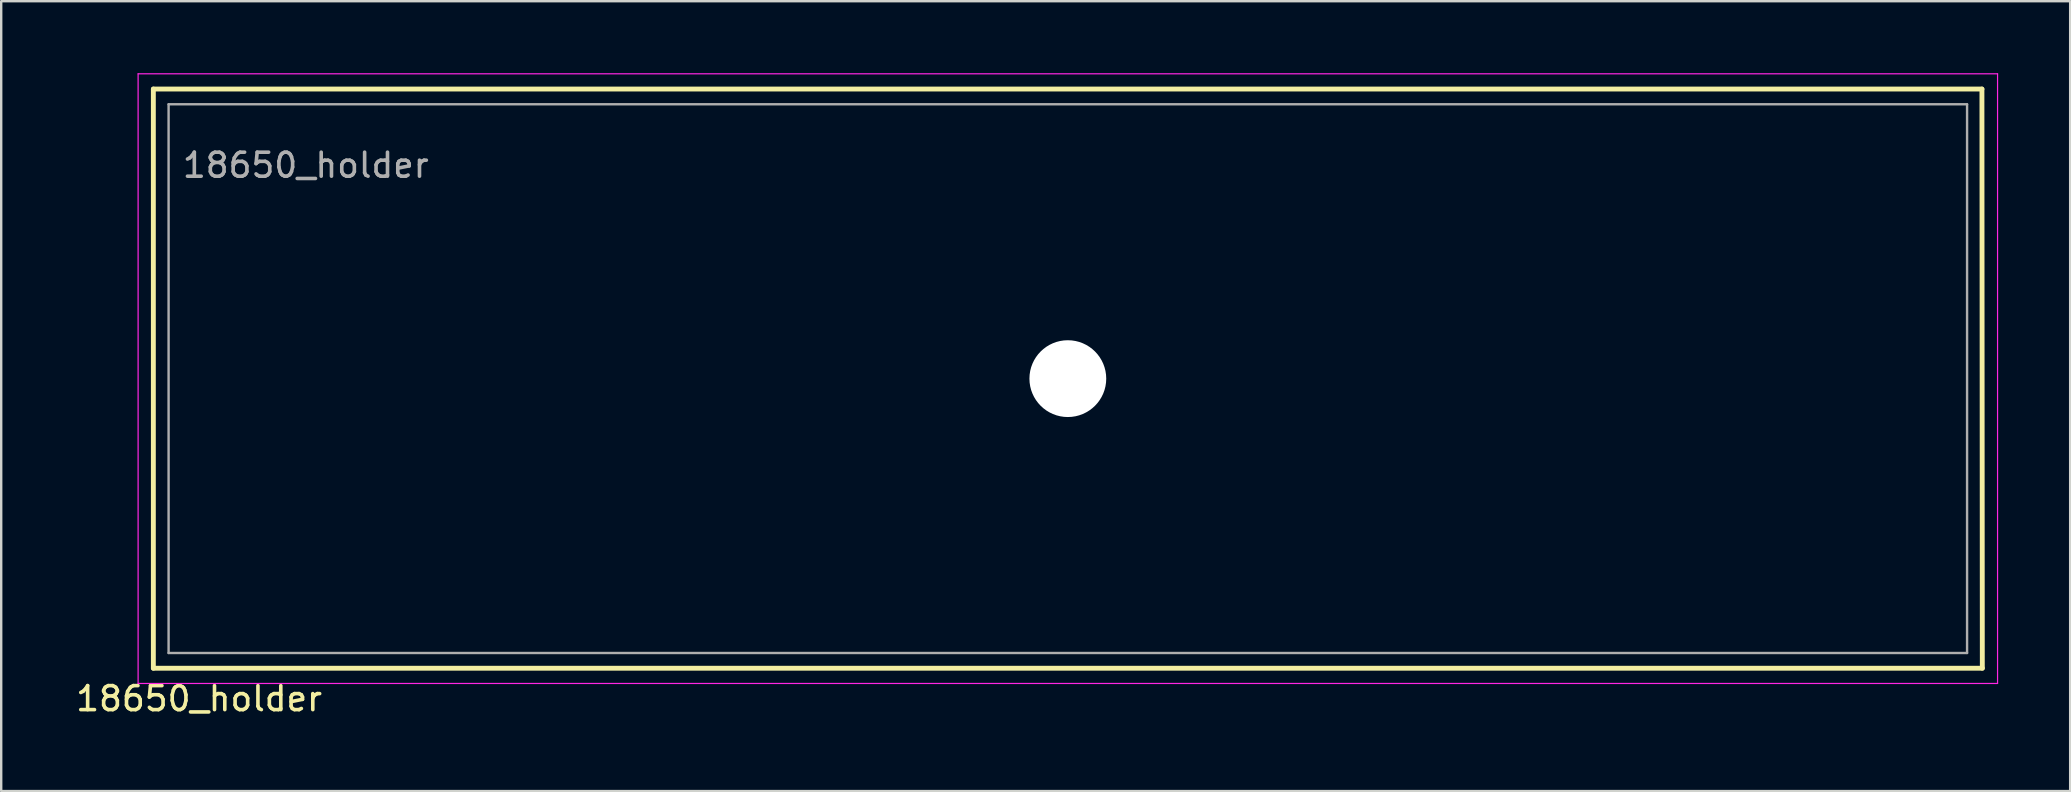
<source format=kicad_pcb>
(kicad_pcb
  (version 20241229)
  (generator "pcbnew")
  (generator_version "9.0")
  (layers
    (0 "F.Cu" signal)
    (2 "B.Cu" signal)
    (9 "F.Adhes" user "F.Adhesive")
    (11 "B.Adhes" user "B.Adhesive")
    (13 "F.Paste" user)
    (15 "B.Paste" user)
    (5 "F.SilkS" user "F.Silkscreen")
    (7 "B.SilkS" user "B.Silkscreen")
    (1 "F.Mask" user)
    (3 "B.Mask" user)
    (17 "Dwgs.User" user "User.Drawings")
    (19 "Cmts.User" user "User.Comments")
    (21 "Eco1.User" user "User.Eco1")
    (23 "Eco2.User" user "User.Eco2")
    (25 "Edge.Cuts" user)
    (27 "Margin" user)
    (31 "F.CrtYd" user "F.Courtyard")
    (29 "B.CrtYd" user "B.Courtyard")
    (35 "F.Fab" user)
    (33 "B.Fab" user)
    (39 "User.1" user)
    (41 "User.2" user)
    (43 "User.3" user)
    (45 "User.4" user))
  (footprint "18650_holder"
    (layer "F.Cu")
    (at 41.439 12.725)
    (property "Reference" "18650_holder" (at -36.195 13.335 0) (layer "F.SilkS") (effects (font (size 1 1) (thickness 0.15))))
    (attr through_hole)
    (fp_line (start -38.1 -12.065) (end 38.084 -12.065) (stroke (width 0.203) (type solid)) (layer "F.SilkS"))
    (fp_line (start -38.1 12.065) (end -38.1 -12.065) (stroke (width 0.203) (type solid)) (layer "F.SilkS"))
    (fp_line (start 38.084 -12.065) (end 38.1 12.065) (stroke (width 0.203) (type solid)) (layer "F.SilkS"))
    (fp_line (start 38.1 12.065) (end -38.1 12.065) (stroke (width 0.203) (type solid)) (layer "F.SilkS"))
    (fp_line (start -38.735 -12.7) (end -38.735 12.7) (stroke (width 0.05) (type solid)) (layer "F.CrtYd"))
    (fp_line (start -38.735 12.7) (end 38.735 12.7) (stroke (width 0.05) (type solid)) (layer "F.CrtYd"))
    (fp_line (start -0.5 0) (end 0.5 0) (stroke (width 0.05) (type default)) (layer "F.CrtYd"))
    (fp_line (start 0 0.5) (end 0 -0.5) (stroke (width 0.05) (type default)) (layer "F.CrtYd"))
    (fp_line (start 38.735 -12.7) (end -38.735 -12.7) (stroke (width 0.05) (type solid)) (layer "F.CrtYd"))
    (fp_line (start 38.735 12.7) (end 38.735 -12.7) (stroke (width 0.05) (type solid)) (layer "F.CrtYd"))
    (fp_line (start -37.465 -11.43) (end 37.465 -11.43) (stroke (width 0.1) (type solid)) (layer "F.Fab"))
    (fp_line (start -37.465 11.43) (end -37.465 -11.43) (stroke (width 0.1) (type solid)) (layer "F.Fab"))
    (fp_line (start -37.465 11.43) (end 37.465 11.43) (stroke (width 0.1) (type solid)) (layer "F.Fab"))
    (fp_line (start 37.465 -11.43) (end 37.465 11.43) (stroke (width 0.1) (type solid)) (layer "F.Fab"))
    (fp_text user "${REFERENCE}" (at -31.75 -8.89 0) (layer "F.Fab") (effects (font (size 1 1) (thickness 0.15))))
    (pad "" np_thru_hole circle (at 0 0) (size 3.2 3.2) (drill 3.2) (layers "*.Cu" "*.Mask")))
  (gr_rect
    (start -3 -3)
    (end 83.199 29.908)
    (stroke (width 0.1) (type default))
    (fill no)
    (layer "Edge.Cuts")))
</source>
